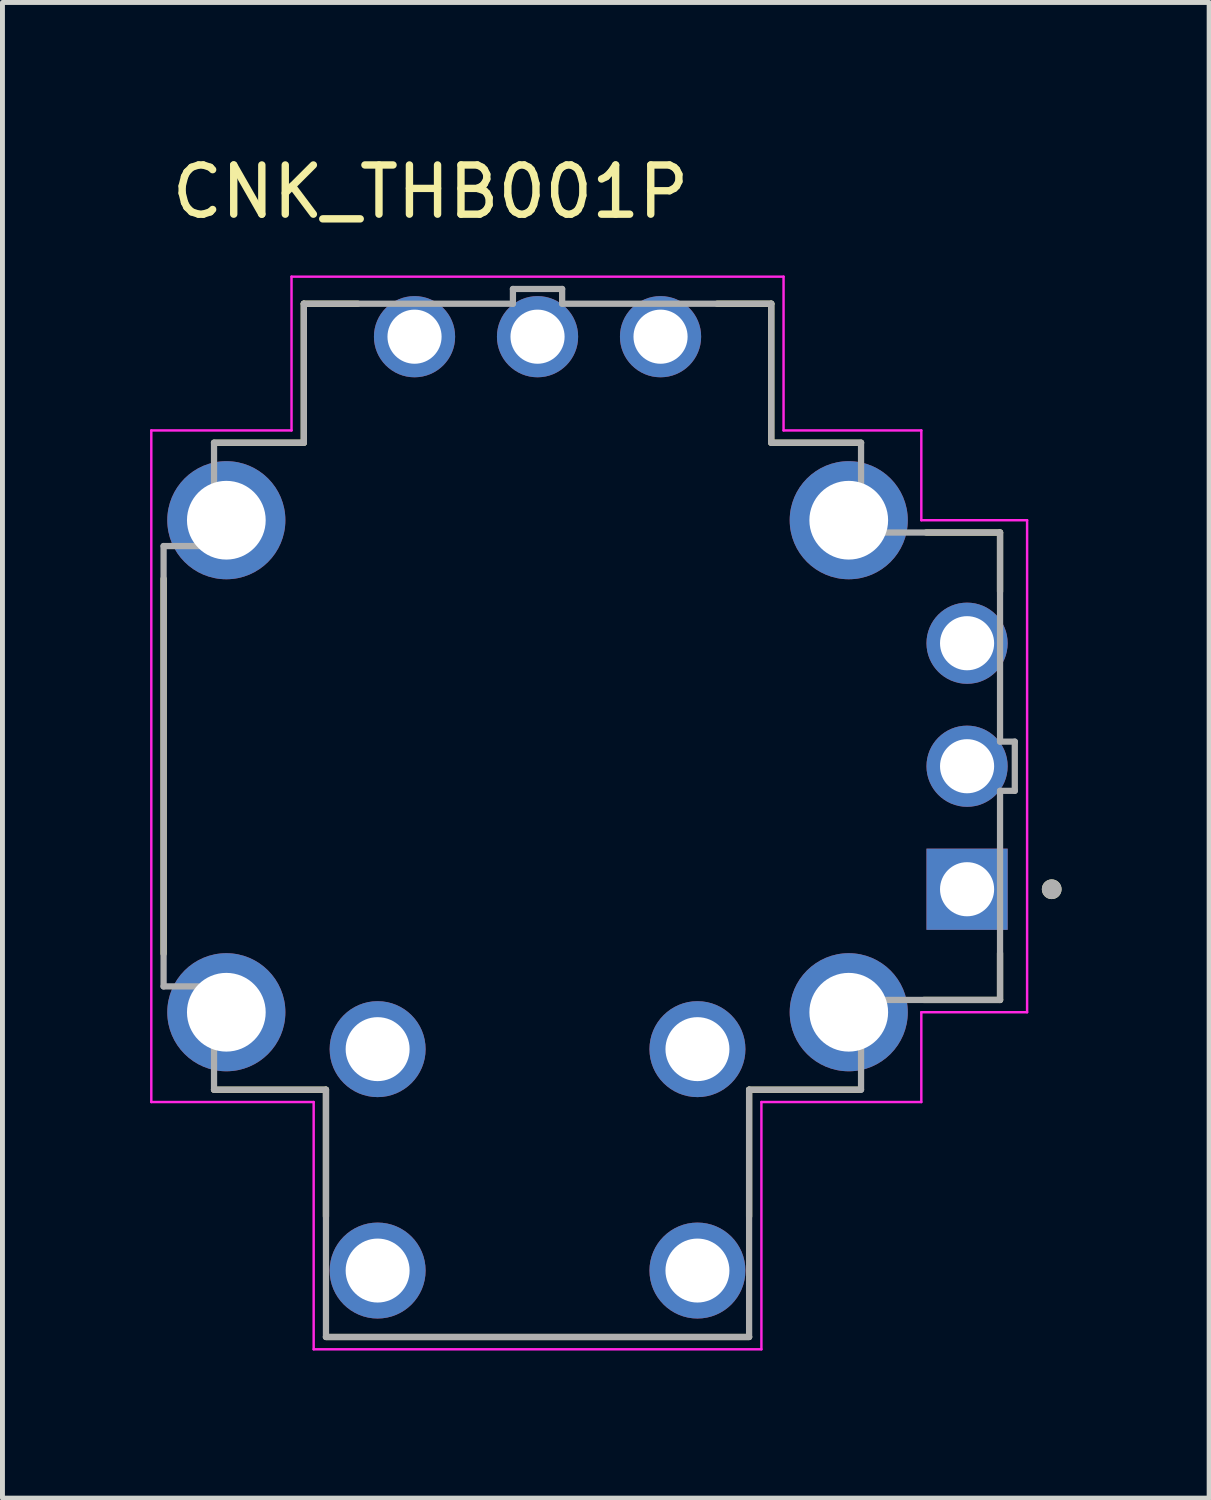
<source format=kicad_pcb>
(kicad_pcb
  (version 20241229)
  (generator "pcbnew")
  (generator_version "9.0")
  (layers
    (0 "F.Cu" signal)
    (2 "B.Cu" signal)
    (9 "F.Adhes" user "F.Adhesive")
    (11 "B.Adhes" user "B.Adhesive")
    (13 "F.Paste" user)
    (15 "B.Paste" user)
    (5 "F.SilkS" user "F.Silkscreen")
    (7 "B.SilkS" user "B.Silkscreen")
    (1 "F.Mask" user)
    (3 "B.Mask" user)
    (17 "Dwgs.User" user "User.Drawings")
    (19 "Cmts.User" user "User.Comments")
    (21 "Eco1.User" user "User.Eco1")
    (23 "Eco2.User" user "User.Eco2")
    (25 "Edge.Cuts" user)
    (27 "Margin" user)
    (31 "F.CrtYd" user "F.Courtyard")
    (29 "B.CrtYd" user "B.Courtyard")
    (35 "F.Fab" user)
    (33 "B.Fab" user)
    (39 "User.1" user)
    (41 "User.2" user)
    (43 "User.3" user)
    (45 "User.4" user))
  (footprint "CNK_THB001P"
    (layer "F.Cu")
    (at 7.875 12.523)
    (property "Reference" "CNK_THB001P" (at -2.175 -11.675 0) (layer "F.SilkS") (effects (font (size 1 1) (thickness 0.15))))
    (attr through_hole)
    (fp_line (start -7.6 -3.81) (end -7.6 3.81) (stroke (width 0.127) (type solid)) (layer "F.SilkS"))
    (fp_line (start -6.575 6.575) (end -4.3 6.575) (stroke (width 0.127) (type solid)) (layer "F.SilkS"))
    (fp_line (start -4.75 -9.4) (end -4.75 -6.575) (stroke (width 0.127) (type solid)) (layer "F.SilkS"))
    (fp_line (start -4.75 -6.575) (end -6.575 -6.575) (stroke (width 0.127) (type solid)) (layer "F.SilkS"))
    (fp_line (start -4.3 6.575) (end -4.3 9.15) (stroke (width 0.127) (type solid)) (layer "F.SilkS"))
    (fp_line (start -4.3 11.6) (end 4.3 11.6) (stroke (width 0.127) (type solid)) (layer "F.SilkS"))
    (fp_line (start -3.65 -9.4) (end -4.75 -9.4) (stroke (width 0.127) (type solid)) (layer "F.SilkS"))
    (fp_line (start 3.65 -9.4) (end 4.75 -9.4) (stroke (width 0.127) (type solid)) (layer "F.SilkS"))
    (fp_line (start 4.3 6.575) (end 6.55 6.575) (stroke (width 0.127) (type solid)) (layer "F.SilkS"))
    (fp_line (start 4.3 9.15) (end 4.3 6.575) (stroke (width 0.127) (type solid)) (layer "F.SilkS"))
    (fp_line (start 4.75 -9.4) (end 4.75 -6.575) (stroke (width 0.127) (type solid)) (layer "F.SilkS"))
    (fp_line (start 4.75 -6.575) (end 6.575 -6.575) (stroke (width 0.127) (type solid)) (layer "F.SilkS"))
    (fp_line (start 7.9 -4.75) (end 9.4 -4.75) (stroke (width 0.127) (type solid)) (layer "F.SilkS"))
    (fp_line (start 9.4 -4.75) (end 9.4 -3.55) (stroke (width 0.127) (type solid)) (layer "F.SilkS"))
    (fp_line (start 9.4 3.8) (end 9.4 4.75) (stroke (width 0.127) (type solid)) (layer "F.SilkS"))
    (fp_line (start 9.4 4.75) (end 7.85 4.75) (stroke (width 0.127) (type solid)) (layer "F.SilkS"))
    (fp_circle (center 10.45 2.5) (end 10.55 2.5) (stroke (width 0.2) (type solid)) (fill no) (layer "F.SilkS"))
    (fp_line (start -7.85 -6.825) (end -5 -6.825) (stroke (width 0.05) (type solid)) (layer "F.CrtYd"))
    (fp_line (start -7.85 6.825) (end -7.85 -6.825) (stroke (width 0.05) (type solid)) (layer "F.CrtYd"))
    (fp_line (start -5 -9.95) (end 5 -9.95) (stroke (width 0.05) (type solid)) (layer "F.CrtYd"))
    (fp_line (start -5 -6.825) (end -5 -9.95) (stroke (width 0.05) (type solid)) (layer "F.CrtYd"))
    (fp_line (start -4.55 6.825) (end -7.85 6.825) (stroke (width 0.05) (type solid)) (layer "F.CrtYd"))
    (fp_line (start -4.55 11.85) (end -4.55 6.825) (stroke (width 0.05) (type solid)) (layer "F.CrtYd"))
    (fp_line (start 4.55 6.825) (end 4.55 11.85) (stroke (width 0.05) (type solid)) (layer "F.CrtYd"))
    (fp_line (start 4.55 11.85) (end -4.55 11.85) (stroke (width 0.05) (type solid)) (layer "F.CrtYd"))
    (fp_line (start 5 -9.95) (end 5 -6.825) (stroke (width 0.05) (type solid)) (layer "F.CrtYd"))
    (fp_line (start 5 -6.825) (end 7.8 -6.825) (stroke (width 0.05) (type solid)) (layer "F.CrtYd"))
    (fp_line (start 7.8 -6.825) (end 7.8 -5) (stroke (width 0.05) (type solid)) (layer "F.CrtYd"))
    (fp_line (start 7.8 -5) (end 9.95 -5) (stroke (width 0.05) (type solid)) (layer "F.CrtYd"))
    (fp_line (start 7.8 5) (end 7.8 6.825) (stroke (width 0.05) (type solid)) (layer "F.CrtYd"))
    (fp_line (start 7.8 6.825) (end 4.55 6.825) (stroke (width 0.05) (type solid)) (layer "F.CrtYd"))
    (fp_line (start 9.95 -5) (end 9.95 5) (stroke (width 0.05) (type solid)) (layer "F.CrtYd"))
    (fp_line (start 9.95 5) (end 7.8 5) (stroke (width 0.05) (type solid)) (layer "F.CrtYd"))
    (fp_line (start -7.6 -4.475) (end -6.575 -4.475) (stroke (width 0.127) (type solid)) (layer "F.Fab"))
    (fp_line (start -7.6 4.475) (end -7.6 -4.475) (stroke (width 0.127) (type solid)) (layer "F.Fab"))
    (fp_line (start -6.575 -6.575) (end -4.75 -6.575) (stroke (width 0.127) (type solid)) (layer "F.Fab"))
    (fp_line (start -6.575 -4.475) (end -6.575 -6.575) (stroke (width 0.127) (type solid)) (layer "F.Fab"))
    (fp_line (start -6.575 4.475) (end -7.6 4.475) (stroke (width 0.127) (type solid)) (layer "F.Fab"))
    (fp_line (start -6.575 6.575) (end -6.575 4.475) (stroke (width 0.127) (type solid)) (layer "F.Fab"))
    (fp_line (start -4.75 -9.4) (end -0.5 -9.4) (stroke (width 0.127) (type solid)) (layer "F.Fab"))
    (fp_line (start -4.75 -6.575) (end -4.75 -9.4) (stroke (width 0.127) (type solid)) (layer "F.Fab"))
    (fp_line (start -4.3 6.575) (end -6.575 6.575) (stroke (width 0.127) (type solid)) (layer "F.Fab"))
    (fp_line (start -4.3 11.6) (end -4.3 6.575) (stroke (width 0.127) (type solid)) (layer "F.Fab"))
    (fp_line (start -0.5 -9.7) (end 0.5 -9.7) (stroke (width 0.127) (type solid)) (layer "F.Fab"))
    (fp_line (start -0.5 -9.4) (end -0.5 -9.7) (stroke (width 0.127) (type solid)) (layer "F.Fab"))
    (fp_line (start 0.5 -9.7) (end 0.5 -9.4) (stroke (width 0.127) (type solid)) (layer "F.Fab"))
    (fp_line (start 0.5 -9.4) (end 4.75 -9.4) (stroke (width 0.127) (type solid)) (layer "F.Fab"))
    (fp_line (start 4.3 6.575) (end 4.3 11.6) (stroke (width 0.127) (type solid)) (layer "F.Fab"))
    (fp_line (start 4.3 11.6) (end -4.3 11.6) (stroke (width 0.127) (type solid)) (layer "F.Fab"))
    (fp_line (start 4.75 -9.4) (end 4.75 -6.575) (stroke (width 0.127) (type solid)) (layer "F.Fab"))
    (fp_line (start 4.75 -6.575) (end 6.575 -6.575) (stroke (width 0.127) (type solid)) (layer "F.Fab"))
    (fp_line (start 6.575 -6.575) (end 6.575 -4.75) (stroke (width 0.127) (type solid)) (layer "F.Fab"))
    (fp_line (start 6.575 -4.75) (end 9.4 -4.75) (stroke (width 0.127) (type solid)) (layer "F.Fab"))
    (fp_line (start 6.575 4.75) (end 6.575 6.575) (stroke (width 0.127) (type solid)) (layer "F.Fab"))
    (fp_line (start 6.575 6.575) (end 4.3 6.575) (stroke (width 0.127) (type solid)) (layer "F.Fab"))
    (fp_line (start 9.4 -4.75) (end 9.4 -0.5) (stroke (width 0.127) (type solid)) (layer "F.Fab"))
    (fp_line (start 9.4 -0.5) (end 9.7 -0.5) (stroke (width 0.127) (type solid)) (layer "F.Fab"))
    (fp_line (start 9.4 0.5) (end 9.4 4.75) (stroke (width 0.127) (type solid)) (layer "F.Fab"))
    (fp_line (start 9.4 4.75) (end 6.575 4.75) (stroke (width 0.127) (type solid)) (layer "F.Fab"))
    (fp_line (start 9.7 -0.5) (end 9.7 0.5) (stroke (width 0.127) (type solid)) (layer "F.Fab"))
    (fp_line (start 9.7 0.5) (end 9.4 0.5) (stroke (width 0.127) (type solid)) (layer "F.Fab"))
    (fp_circle (center 10.45 2.5) (end 10.55 2.5) (stroke (width 0.2) (type solid)) (fill no) (layer "F.Fab"))
    (pad "A" thru_hole circle (at -3.25 5.75) (size 1.95 1.95) (drill 1.3) (layers "*.Cu" "*.Mask"))
    (pad "B" thru_hole circle (at 3.25 5.75) (size 1.95 1.95) (drill 1.3) (layers "*.Cu" "*.Mask"))
    (pad "C" thru_hole circle (at -3.25 10.25) (size 1.95 1.95) (drill 1.3) (layers "*.Cu" "*.Mask"))
    (pad "D" thru_hole circle (at 3.25 10.25) (size 1.95 1.95) (drill 1.3) (layers "*.Cu" "*.Mask"))
    (pad "S1" thru_hole circle (at 6.325 -5) (size 2.4 2.4) (drill 1.6) (layers "*.Cu" "*.Mask"))
    (pad "S2" thru_hole circle (at -6.325 -5) (size 2.4 2.4) (drill 1.6) (layers "*.Cu" "*.Mask"))
    (pad "S3" thru_hole circle (at -6.325 5) (size 2.4 2.4) (drill 1.6) (layers "*.Cu" "*.Mask"))
    (pad "S4" thru_hole circle (at 6.325 5) (size 2.4 2.4) (drill 1.6) (layers "*.Cu" "*.Mask"))
    (pad "VR1_1" thru_hole rect (at 8.73 2.5) (size 1.65 1.65) (drill 1.1) (layers "*.Cu" "*.Mask"))
    (pad "VR1_2" thru_hole circle (at 8.73 0) (size 1.65 1.65) (drill 1.1) (layers "*.Cu" "*.Mask"))
    (pad "VR1_3" thru_hole circle (at 8.73 -2.5) (size 1.65 1.65) (drill 1.1) (layers "*.Cu" "*.Mask"))
    (pad "VR2_1" thru_hole circle (at 2.5 -8.73) (size 1.65 1.65) (drill 1.1) (layers "*.Cu" "*.Mask"))
    (pad "VR2_2" thru_hole circle (at 0 -8.73) (size 1.65 1.65) (drill 1.1) (layers "*.Cu" "*.Mask"))
    (pad "VR2_3" thru_hole circle (at -2.5 -8.73) (size 1.65 1.65) (drill 1.1) (layers "*.Cu" "*.Mask")))
  (gr_rect
    (start -3 -3)
    (end 21.525 27.398)
    (stroke (width 0.1) (type default))
    (fill no)
    (layer "Edge.Cuts")))
</source>
